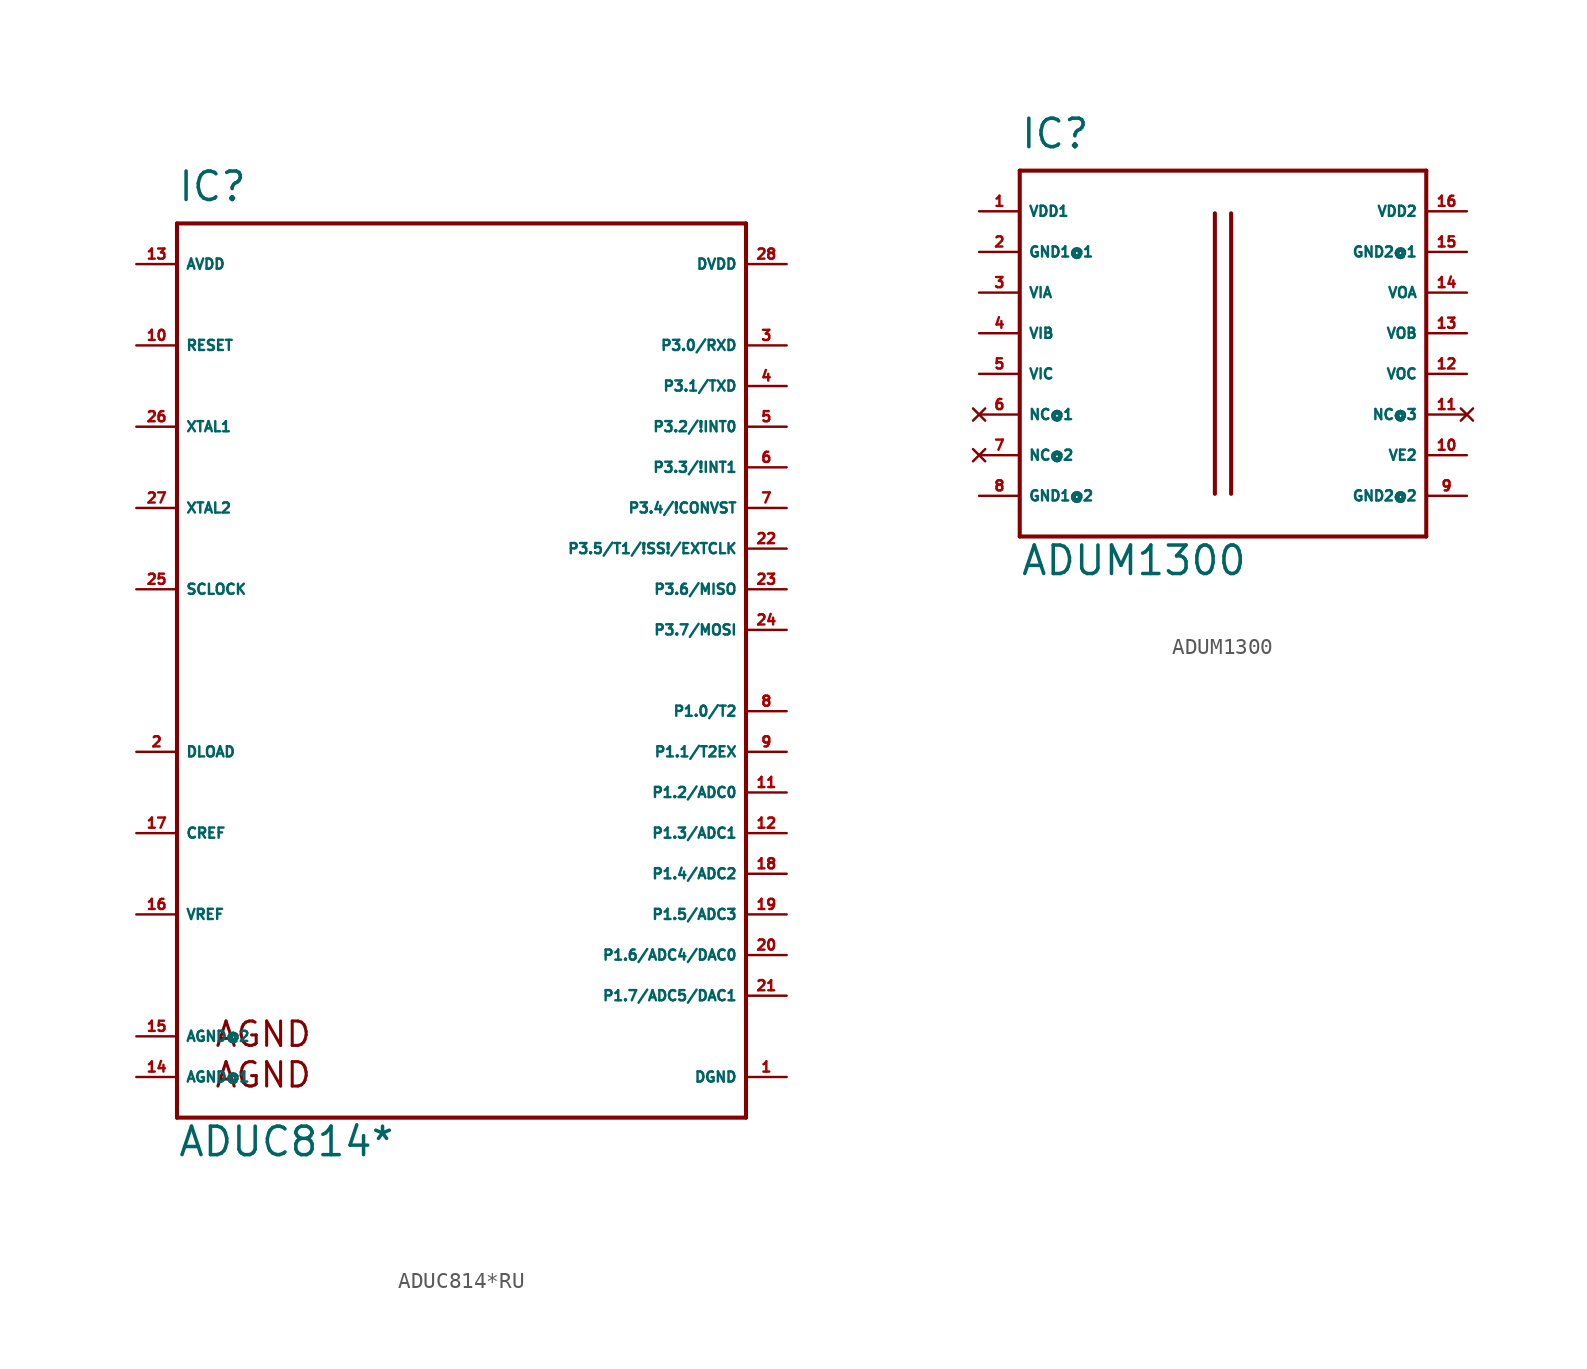
<source format=kicad_sym>
(kicad_symbol_lib
  (version 20220914)
  (generator Eagle2Kicad)
  (symbol "ADUC814*RU"
    (property "Reference" "IC"
      (at -17.78 29.21 0)
      (effects (font (size 1.778 1.778) (thickness 0.22)) (justify left bottom)))
    (property "Value" "ADUC814*"
      (at -17.78 -30.48 0)
      (effects (font (size 1.778 1.778) (thickness 0.22)) (justify left bottom)))
    (polyline
      (pts (xy -17.78 27.94) (xy 17.78 27.94))
      (stroke (width 0.254) (type default))
      (fill (type none)))
    (polyline
      (pts (xy 17.78 27.94) (xy 17.78 -27.94))
      (stroke (width 0.254) (type default))
      (fill (type none)))
    (polyline
      (pts (xy 17.78 -27.94) (xy -17.78 -27.94))
      (stroke (width 0.254) (type default))
      (fill (type none)))
    (polyline
      (pts (xy -17.78 -27.94) (xy -17.78 27.94))
      (stroke (width 0.254) (type default))
      (fill (type none)))
    (text "AGND"
      (at -15.494 -23.622 0)
      (effects (font (size 1.524 1.524) (thickness 0.19)) (justify left bottom)))
    (text "AGND"
      (at -15.494 -26.162 0)
      (effects (font (size 1.524 1.524) (thickness 0.19)) (justify left bottom)))
    (pin unspecified line
      (at 20.32 -25.4 180)
      (length 2.54)
      (name "DGND" (effects (font (size 0.635 0.635) (thickness 0.08)) (justify left bottom)))
      (number "1" (effects (font (size 0.635 0.635) (thickness 0.08)) (justify left bottom))))
    (pin unspecified line
      (at -20.32 -25.4 0)
      (length 2.54)
      (name "AGND@1" (effects (font (size 0.635 0.635) (thickness 0.08)) (justify left bottom)))
      (number "14" (effects (font (size 0.635 0.635) (thickness 0.08)) (justify left bottom))))
    (pin unspecified line
      (at -20.32 -22.86 0)
      (length 2.54)
      (name "AGND@2" (effects (font (size 0.635 0.635) (thickness 0.08)) (justify left bottom)))
      (number "15" (effects (font (size 0.635 0.635) (thickness 0.08)) (justify left bottom))))
    (pin input line
      (at -20.32 20.32 0)
      (length 2.54)
      (name "RESET" (effects (font (size 0.635 0.635) (thickness 0.08)) (justify left bottom)))
      (number "10" (effects (font (size 0.635 0.635) (thickness 0.08)) (justify left bottom))))
    (pin input line
      (at -20.32 -5.08 0)
      (length 2.54)
      (name "DLOAD" (effects (font (size 0.635 0.635) (thickness 0.08)) (justify left bottom)))
      (number "2" (effects (font (size 0.635 0.635) (thickness 0.08)) (justify left bottom))))
    (pin bidirectional line
      (at 20.32 20.32 180)
      (length 2.54)
      (name "P3.0/RXD" (effects (font (size 0.635 0.635) (thickness 0.08)) (justify left bottom)))
      (number "3" (effects (font (size 0.635 0.635) (thickness 0.08)) (justify left bottom))))
    (pin bidirectional line
      (at 20.32 17.78 180)
      (length 2.54)
      (name "P3.1/TXD" (effects (font (size 0.635 0.635) (thickness 0.08)) (justify left bottom)))
      (number "4" (effects (font (size 0.635 0.635) (thickness 0.08)) (justify left bottom))))
    (pin bidirectional line
      (at 20.32 15.24 180)
      (length 2.54)
      (name "P3.2/!INT0" (effects (font (size 0.635 0.635) (thickness 0.08)) (justify left bottom)))
      (number "5" (effects (font (size 0.635 0.635) (thickness 0.08)) (justify left bottom))))
    (pin bidirectional line
      (at 20.32 12.7 180)
      (length 2.54)
      (name "P3.3/!INT1" (effects (font (size 0.635 0.635) (thickness 0.08)) (justify left bottom)))
      (number "6" (effects (font (size 0.635 0.635) (thickness 0.08)) (justify left bottom))))
    (pin bidirectional line
      (at 20.32 10.16 180)
      (length 2.54)
      (name "P3.4/!CONVST" (effects (font (size 0.635 0.635) (thickness 0.08)) (justify left bottom)))
      (number "7" (effects (font (size 0.635 0.635) (thickness 0.08)) (justify left bottom))))
    (pin bidirectional line
      (at 20.32 -2.54 180)
      (length 2.54)
      (name "P1.0/T2" (effects (font (size 0.635 0.635) (thickness 0.08)) (justify left bottom)))
      (number "8" (effects (font (size 0.635 0.635) (thickness 0.08)) (justify left bottom))))
    (pin bidirectional line
      (at 20.32 -5.08 180)
      (length 2.54)
      (name "P1.1/T2EX" (effects (font (size 0.635 0.635) (thickness 0.08)) (justify left bottom)))
      (number "9" (effects (font (size 0.635 0.635) (thickness 0.08)) (justify left bottom))))
    (pin bidirectional line
      (at 20.32 -7.62 180)
      (length 2.54)
      (name "P1.2/ADC0" (effects (font (size 0.635 0.635) (thickness 0.08)) (justify left bottom)))
      (number "11" (effects (font (size 0.635 0.635) (thickness 0.08)) (justify left bottom))))
    (pin bidirectional line
      (at 20.32 -10.16 180)
      (length 2.54)
      (name "P1.3/ADC1" (effects (font (size 0.635 0.635) (thickness 0.08)) (justify left bottom)))
      (number "12" (effects (font (size 0.635 0.635) (thickness 0.08)) (justify left bottom))))
    (pin bidirectional line
      (at 20.32 -12.7 180)
      (length 2.54)
      (name "P1.4/ADC2" (effects (font (size 0.635 0.635) (thickness 0.08)) (justify left bottom)))
      (number "18" (effects (font (size 0.635 0.635) (thickness 0.08)) (justify left bottom))))
    (pin bidirectional line
      (at 20.32 -15.24 180)
      (length 2.54)
      (name "P1.5/ADC3" (effects (font (size 0.635 0.635) (thickness 0.08)) (justify left bottom)))
      (number "19" (effects (font (size 0.635 0.635) (thickness 0.08)) (justify left bottom))))
    (pin bidirectional line
      (at 20.32 -17.78 180)
      (length 2.54)
      (name "P1.6/ADC4/DAC0" (effects (font (size 0.635 0.635) (thickness 0.08)) (justify left bottom)))
      (number "20" (effects (font (size 0.635 0.635) (thickness 0.08)) (justify left bottom))))
    (pin bidirectional line
      (at 20.32 -20.32 180)
      (length 2.54)
      (name "P1.7/ADC5/DAC1" (effects (font (size 0.635 0.635) (thickness 0.08)) (justify left bottom)))
      (number "21" (effects (font (size 0.635 0.635) (thickness 0.08)) (justify left bottom))))
    (pin bidirectional line
      (at 20.32 7.62 180)
      (length 2.54)
      (name "P3.5/T1/!SS!/EXTCLK" (effects (font (size 0.635 0.635) (thickness 0.08)) (justify left bottom)))
      (number "22" (effects (font (size 0.635 0.635) (thickness 0.08)) (justify left bottom))))
    (pin bidirectional line
      (at 20.32 5.08 180)
      (length 2.54)
      (name "P3.6/MISO" (effects (font (size 0.635 0.635) (thickness 0.08)) (justify left bottom)))
      (number "23" (effects (font (size 0.635 0.635) (thickness 0.08)) (justify left bottom))))
    (pin bidirectional line
      (at 20.32 2.54 180)
      (length 2.54)
      (name "P3.7/MOSI" (effects (font (size 0.635 0.635) (thickness 0.08)) (justify left bottom)))
      (number "24" (effects (font (size 0.635 0.635) (thickness 0.08)) (justify left bottom))))
    (pin bidirectional line
      (at -20.32 5.08 0)
      (length 2.54)
      (name "SCLOCK" (effects (font (size 0.635 0.635) (thickness 0.08)) (justify left bottom)))
      (number "25" (effects (font (size 0.635 0.635) (thickness 0.08)) (justify left bottom))))
    (pin bidirectional line
      (at -20.32 15.24 0)
      (length 2.54)
      (name "XTAL1" (effects (font (size 0.635 0.635) (thickness 0.08)) (justify left bottom)))
      (number "26" (effects (font (size 0.635 0.635) (thickness 0.08)) (justify left bottom))))
    (pin bidirectional line
      (at -20.32 10.16 0)
      (length 2.54)
      (name "XTAL2" (effects (font (size 0.635 0.635) (thickness 0.08)) (justify left bottom)))
      (number "27" (effects (font (size 0.635 0.635) (thickness 0.08)) (justify left bottom))))
    (pin unspecified line
      (at 20.32 25.4 180)
      (length 2.54)
      (name "DVDD" (effects (font (size 0.635 0.635) (thickness 0.08)) (justify left bottom)))
      (number "28" (effects (font (size 0.635 0.635) (thickness 0.08)) (justify left bottom))))
    (pin unspecified line
      (at -20.32 25.4 0)
      (length 2.54)
      (name "AVDD" (effects (font (size 0.635 0.635) (thickness 0.08)) (justify left bottom)))
      (number "13" (effects (font (size 0.635 0.635) (thickness 0.08)) (justify left bottom))))
    (pin passive line
      (at -20.32 -10.16 0)
      (length 2.54)
      (name "CREF" (effects (font (size 0.635 0.635) (thickness 0.08)) (justify left bottom)))
      (number "17" (effects (font (size 0.635 0.635) (thickness 0.08)) (justify left bottom))))
    (pin passive line
      (at -20.32 -15.24 0)
      (length 2.54)
      (name "VREF" (effects (font (size 0.635 0.635) (thickness 0.08)) (justify left bottom)))
      (number "16" (effects (font (size 0.635 0.635) (thickness 0.08)) (justify left bottom)))))
  (symbol "ADUM1300"
    (property "Reference" "IC"
      (at -12.7 11.43 0)
      (effects (font (size 1.778 1.778) (thickness 0.22)) (justify left bottom)))
    (property "Value" "ADUM1300"
      (at -12.7 -15.24 0)
      (effects (font (size 1.778 1.778) (thickness 0.22)) (justify left bottom)))
    (polyline
      (pts (xy -12.7 10.16) (xy 12.7 10.16))
      (stroke (width 0.254) (type default))
      (fill (type none)))
    (polyline
      (pts (xy 12.7 10.16) (xy 12.7 -12.7))
      (stroke (width 0.254) (type default))
      (fill (type none)))
    (polyline
      (pts (xy 12.7 -12.7) (xy -12.7 -12.7))
      (stroke (width 0.254) (type default))
      (fill (type none)))
    (polyline
      (pts (xy -12.7 -12.7) (xy -12.7 10.16))
      (stroke (width 0.254) (type default))
      (fill (type none)))
    (polyline
      (pts (xy -0.508 7.493) (xy -0.508 -10.033))
      (stroke (width 0.254) (type default))
      (fill (type none)))
    (polyline
      (pts (xy 0.508 -10.033) (xy 0.508 7.493))
      (stroke (width 0.254) (type default))
      (fill (type none)))
    (pin input line
      (at -15.24 7.62 0)
      (length 2.54)
      (name "VDD1" (effects (font (size 0.635 0.635) (thickness 0.08)) (justify left bottom)))
      (number "1" (effects (font (size 0.635 0.635) (thickness 0.08)) (justify left bottom))))
    (pin input line
      (at 15.24 7.62 180)
      (length 2.54)
      (name "VDD2" (effects (font (size 0.635 0.635) (thickness 0.08)) (justify left bottom)))
      (number "16" (effects (font (size 0.635 0.635) (thickness 0.08)) (justify left bottom))))
    (pin input line
      (at -15.24 5.08 0)
      (length 2.54)
      (name "GND1@1" (effects (font (size 0.635 0.635) (thickness 0.08)) (justify left bottom)))
      (number "2" (effects (font (size 0.635 0.635) (thickness 0.08)) (justify left bottom))))
    (pin input line
      (at 15.24 5.08 180)
      (length 2.54)
      (name "GND2@1" (effects (font (size 0.635 0.635) (thickness 0.08)) (justify left bottom)))
      (number "15" (effects (font (size 0.635 0.635) (thickness 0.08)) (justify left bottom))))
    (pin input line
      (at -15.24 2.54 0)
      (length 2.54)
      (name "VIA" (effects (font (size 0.635 0.635) (thickness 0.08)) (justify left bottom)))
      (number "3" (effects (font (size 0.635 0.635) (thickness 0.08)) (justify left bottom))))
    (pin input line
      (at -15.24 0 0)
      (length 2.54)
      (name "VIB" (effects (font (size 0.635 0.635) (thickness 0.08)) (justify left bottom)))
      (number "4" (effects (font (size 0.635 0.635) (thickness 0.08)) (justify left bottom))))
    (pin input line
      (at -15.24 -2.54 0)
      (length 2.54)
      (name "VIC" (effects (font (size 0.635 0.635) (thickness 0.08)) (justify left bottom)))
      (number "5" (effects (font (size 0.635 0.635) (thickness 0.08)) (justify left bottom))))
    (pin input line
      (at -15.24 -10.16 0)
      (length 2.54)
      (name "GND1@2" (effects (font (size 0.635 0.635) (thickness 0.08)) (justify left bottom)))
      (number "8" (effects (font (size 0.635 0.635) (thickness 0.08)) (justify left bottom))))
    (pin tri_state line
      (at 15.24 2.54 180)
      (length 2.54)
      (name "VOA" (effects (font (size 0.635 0.635) (thickness 0.08)) (justify left bottom)))
      (number "14" (effects (font (size 0.635 0.635) (thickness 0.08)) (justify left bottom))))
    (pin tri_state line
      (at 15.24 0 180)
      (length 2.54)
      (name "VOB" (effects (font (size 0.635 0.635) (thickness 0.08)) (justify left bottom)))
      (number "13" (effects (font (size 0.635 0.635) (thickness 0.08)) (justify left bottom))))
    (pin tri_state line
      (at 15.24 -2.54 180)
      (length 2.54)
      (name "VOC" (effects (font (size 0.635 0.635) (thickness 0.08)) (justify left bottom)))
      (number "12" (effects (font (size 0.635 0.635) (thickness 0.08)) (justify left bottom))))
    (pin input line
      (at 15.24 -7.62 180)
      (length 2.54)
      (name "VE2" (effects (font (size 0.635 0.635) (thickness 0.08)) (justify left bottom)))
      (number "10" (effects (font (size 0.635 0.635) (thickness 0.08)) (justify left bottom))))
    (pin input line
      (at 15.24 -10.16 180)
      (length 2.54)
      (name "GND2@2" (effects (font (size 0.635 0.635) (thickness 0.08)) (justify left bottom)))
      (number "9" (effects (font (size 0.635 0.635) (thickness 0.08)) (justify left bottom))))
    (pin no_connect line
      (at -15.24 -5.08 0)
      (length 2.54)
      (name "NC@1" (effects (font (size 0.635 0.635) (thickness 0.08)) (justify left bottom) hide))
      (number "6" (effects (font (size 0.635 0.635) (thickness 0.08)) (justify left bottom) hide)))
    (pin no_connect line
      (at -15.24 -7.62 0)
      (length 2.54)
      (name "NC@2" (effects (font (size 0.635 0.635) (thickness 0.08)) (justify left bottom) hide))
      (number "7" (effects (font (size 0.635 0.635) (thickness 0.08)) (justify left bottom) hide)))
    (pin no_connect line
      (at 15.24 -5.08 180)
      (length 2.54)
      (name "NC@3" (effects (font (size 0.635 0.635) (thickness 0.08)) (justify left bottom) hide))
      (number "11" (effects (font (size 0.635 0.635) (thickness 0.08)) (justify left bottom) hide)))))
</source>
